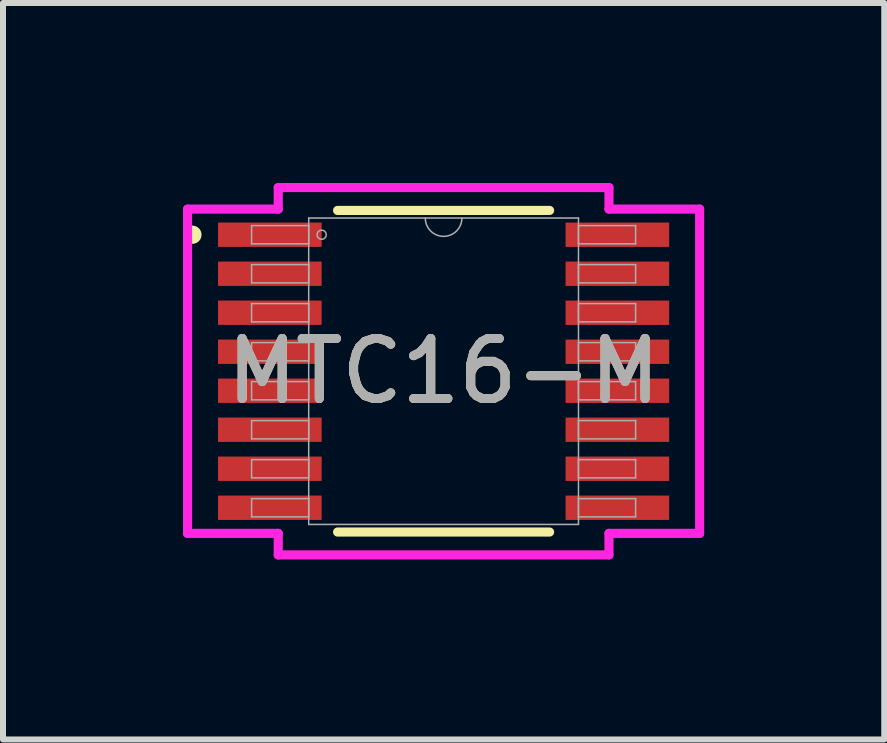
<source format=kicad_pcb>
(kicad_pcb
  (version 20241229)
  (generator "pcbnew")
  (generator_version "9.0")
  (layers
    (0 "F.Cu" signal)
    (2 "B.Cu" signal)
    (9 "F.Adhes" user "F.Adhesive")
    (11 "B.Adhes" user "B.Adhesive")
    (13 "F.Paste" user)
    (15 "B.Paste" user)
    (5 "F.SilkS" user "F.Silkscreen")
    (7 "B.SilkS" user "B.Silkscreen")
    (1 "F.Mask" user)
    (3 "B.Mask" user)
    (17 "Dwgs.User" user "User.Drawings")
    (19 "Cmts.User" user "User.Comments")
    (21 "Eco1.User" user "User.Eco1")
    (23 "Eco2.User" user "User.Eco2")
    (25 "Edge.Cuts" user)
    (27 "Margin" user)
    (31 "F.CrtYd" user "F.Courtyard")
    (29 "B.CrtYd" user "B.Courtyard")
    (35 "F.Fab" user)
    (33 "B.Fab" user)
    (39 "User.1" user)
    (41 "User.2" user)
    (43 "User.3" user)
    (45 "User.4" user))
  (footprint "MTC16-M"
    (layer "F.Cu")
    (at 4.343 3.137)
    (property "Reference" "MTC16-M" (at 0 0 0) (unlocked yes) (layer "F.SilkS") (effects (font (size 1 1) (thickness 0.15))))
    (attr smd)
    (fp_line (start -1.767 2.68) (end 1.767 2.68) (stroke (width 0.152) (type solid)) (layer "F.SilkS"))
    (fp_line (start 1.767 -2.68) (end -1.767 -2.68) (stroke (width 0.152) (type solid)) (layer "F.SilkS"))
    (fp_circle (center -4.186 -2.275) (end -4.11 -2.275) (stroke (width 0.152) (type solid)) (fill no) (layer "F.SilkS"))
    (fp_line (start -4.267 -2.702) (end -2.756 -2.702) (stroke (width 0.152) (type solid)) (layer "F.CrtYd"))
    (fp_line (start -4.267 2.702) (end -4.267 -2.702) (stroke (width 0.152) (type solid)) (layer "F.CrtYd"))
    (fp_line (start -4.267 2.702) (end -2.756 2.702) (stroke (width 0.152) (type solid)) (layer "F.CrtYd"))
    (fp_line (start -2.756 -3.061) (end 2.756 -3.061) (stroke (width 0.152) (type solid)) (layer "F.CrtYd"))
    (fp_line (start -2.756 -2.702) (end -2.756 -3.061) (stroke (width 0.152) (type solid)) (layer "F.CrtYd"))
    (fp_line (start -2.756 3.061) (end -2.756 2.702) (stroke (width 0.152) (type solid)) (layer "F.CrtYd"))
    (fp_line (start 2.756 -3.061) (end 2.756 -2.702) (stroke (width 0.152) (type solid)) (layer "F.CrtYd"))
    (fp_line (start 2.756 2.702) (end 2.756 3.061) (stroke (width 0.152) (type solid)) (layer "F.CrtYd"))
    (fp_line (start 2.756 3.061) (end -2.756 3.061) (stroke (width 0.152) (type solid)) (layer "F.CrtYd"))
    (fp_line (start 4.267 -2.702) (end 2.756 -2.702) (stroke (width 0.152) (type solid)) (layer "F.CrtYd"))
    (fp_line (start 4.267 -2.702) (end 4.267 2.702) (stroke (width 0.152) (type solid)) (layer "F.CrtYd"))
    (fp_line (start 4.267 2.702) (end 2.756 2.702) (stroke (width 0.152) (type solid)) (layer "F.CrtYd"))
    (fp_line (start -3.2 -2.427) (end -3.2 -2.123) (stroke (width 0.025) (type solid)) (layer "F.Fab"))
    (fp_line (start -3.2 -2.123) (end -2.248 -2.123) (stroke (width 0.025) (type solid)) (layer "F.Fab"))
    (fp_line (start -3.2 -1.777) (end -3.2 -1.473) (stroke (width 0.025) (type solid)) (layer "F.Fab"))
    (fp_line (start -3.2 -1.473) (end -2.248 -1.473) (stroke (width 0.025) (type solid)) (layer "F.Fab"))
    (fp_line (start -3.2 -1.127) (end -3.2 -0.823) (stroke (width 0.025) (type solid)) (layer "F.Fab"))
    (fp_line (start -3.2 -0.823) (end -2.248 -0.823) (stroke (width 0.025) (type solid)) (layer "F.Fab"))
    (fp_line (start -3.2 -0.477) (end -3.2 -0.173) (stroke (width 0.025) (type solid)) (layer "F.Fab"))
    (fp_line (start -3.2 -0.173) (end -2.248 -0.173) (stroke (width 0.025) (type solid)) (layer "F.Fab"))
    (fp_line (start -3.2 0.173) (end -3.2 0.477) (stroke (width 0.025) (type solid)) (layer "F.Fab"))
    (fp_line (start -3.2 0.477) (end -2.248 0.477) (stroke (width 0.025) (type solid)) (layer "F.Fab"))
    (fp_line (start -3.2 0.823) (end -3.2 1.127) (stroke (width 0.025) (type solid)) (layer "F.Fab"))
    (fp_line (start -3.2 1.127) (end -2.248 1.127) (stroke (width 0.025) (type solid)) (layer "F.Fab"))
    (fp_line (start -3.2 1.473) (end -3.2 1.777) (stroke (width 0.025) (type solid)) (layer "F.Fab"))
    (fp_line (start -3.2 1.777) (end -2.248 1.777) (stroke (width 0.025) (type solid)) (layer "F.Fab"))
    (fp_line (start -3.2 2.123) (end -3.2 2.427) (stroke (width 0.025) (type solid)) (layer "F.Fab"))
    (fp_line (start -3.2 2.427) (end -2.248 2.427) (stroke (width 0.025) (type solid)) (layer "F.Fab"))
    (fp_line (start -2.248 -2.553) (end -2.248 2.553) (stroke (width 0.025) (type solid)) (layer "F.Fab"))
    (fp_line (start -2.248 -2.427) (end -3.2 -2.427) (stroke (width 0.025) (type solid)) (layer "F.Fab"))
    (fp_line (start -2.248 -2.123) (end -2.248 -2.427) (stroke (width 0.025) (type solid)) (layer "F.Fab"))
    (fp_line (start -2.248 -1.777) (end -3.2 -1.777) (stroke (width 0.025) (type solid)) (layer "F.Fab"))
    (fp_line (start -2.248 -1.473) (end -2.248 -1.777) (stroke (width 0.025) (type solid)) (layer "F.Fab"))
    (fp_line (start -2.248 -1.127) (end -3.2 -1.127) (stroke (width 0.025) (type solid)) (layer "F.Fab"))
    (fp_line (start -2.248 -0.823) (end -2.248 -1.127) (stroke (width 0.025) (type solid)) (layer "F.Fab"))
    (fp_line (start -2.248 -0.477) (end -3.2 -0.477) (stroke (width 0.025) (type solid)) (layer "F.Fab"))
    (fp_line (start -2.248 -0.173) (end -2.248 -0.477) (stroke (width 0.025) (type solid)) (layer "F.Fab"))
    (fp_line (start -2.248 0.173) (end -3.2 0.173) (stroke (width 0.025) (type solid)) (layer "F.Fab"))
    (fp_line (start -2.248 0.477) (end -2.248 0.173) (stroke (width 0.025) (type solid)) (layer "F.Fab"))
    (fp_line (start -2.248 0.823) (end -3.2 0.823) (stroke (width 0.025) (type solid)) (layer "F.Fab"))
    (fp_line (start -2.248 1.127) (end -2.248 0.823) (stroke (width 0.025) (type solid)) (layer "F.Fab"))
    (fp_line (start -2.248 1.473) (end -3.2 1.473) (stroke (width 0.025) (type solid)) (layer "F.Fab"))
    (fp_line (start -2.248 1.777) (end -2.248 1.473) (stroke (width 0.025) (type solid)) (layer "F.Fab"))
    (fp_line (start -2.248 2.123) (end -3.2 2.123) (stroke (width 0.025) (type solid)) (layer "F.Fab"))
    (fp_line (start -2.248 2.427) (end -2.248 2.123) (stroke (width 0.025) (type solid)) (layer "F.Fab"))
    (fp_line (start -2.248 2.553) (end 2.248 2.553) (stroke (width 0.025) (type solid)) (layer "F.Fab"))
    (fp_line (start 2.248 -2.553) (end -2.248 -2.553) (stroke (width 0.025) (type solid)) (layer "F.Fab"))
    (fp_line (start 2.248 -2.427) (end 2.248 -2.123) (stroke (width 0.025) (type solid)) (layer "F.Fab"))
    (fp_line (start 2.248 -2.123) (end 3.2 -2.123) (stroke (width 0.025) (type solid)) (layer "F.Fab"))
    (fp_line (start 2.248 -1.777) (end 2.248 -1.473) (stroke (width 0.025) (type solid)) (layer "F.Fab"))
    (fp_line (start 2.248 -1.473) (end 3.2 -1.473) (stroke (width 0.025) (type solid)) (layer "F.Fab"))
    (fp_line (start 2.248 -1.127) (end 2.248 -0.823) (stroke (width 0.025) (type solid)) (layer "F.Fab"))
    (fp_line (start 2.248 -0.823) (end 3.2 -0.823) (stroke (width 0.025) (type solid)) (layer "F.Fab"))
    (fp_line (start 2.248 -0.477) (end 2.248 -0.173) (stroke (width 0.025) (type solid)) (layer "F.Fab"))
    (fp_line (start 2.248 -0.173) (end 3.2 -0.173) (stroke (width 0.025) (type solid)) (layer "F.Fab"))
    (fp_line (start 2.248 0.173) (end 2.248 0.477) (stroke (width 0.025) (type solid)) (layer "F.Fab"))
    (fp_line (start 2.248 0.477) (end 3.2 0.477) (stroke (width 0.025) (type solid)) (layer "F.Fab"))
    (fp_line (start 2.248 0.823) (end 2.248 1.127) (stroke (width 0.025) (type solid)) (layer "F.Fab"))
    (fp_line (start 2.248 1.127) (end 3.2 1.127) (stroke (width 0.025) (type solid)) (layer "F.Fab"))
    (fp_line (start 2.248 1.473) (end 2.248 1.777) (stroke (width 0.025) (type solid)) (layer "F.Fab"))
    (fp_line (start 2.248 1.777) (end 3.2 1.777) (stroke (width 0.025) (type solid)) (layer "F.Fab"))
    (fp_line (start 2.248 2.123) (end 2.248 2.427) (stroke (width 0.025) (type solid)) (layer "F.Fab"))
    (fp_line (start 2.248 2.427) (end 3.2 2.427) (stroke (width 0.025) (type solid)) (layer "F.Fab"))
    (fp_line (start 2.248 2.553) (end 2.248 -2.553) (stroke (width 0.025) (type solid)) (layer "F.Fab"))
    (fp_line (start 3.2 -2.427) (end 2.248 -2.427) (stroke (width 0.025) (type solid)) (layer "F.Fab"))
    (fp_line (start 3.2 -2.123) (end 3.2 -2.427) (stroke (width 0.025) (type solid)) (layer "F.Fab"))
    (fp_line (start 3.2 -1.777) (end 2.248 -1.777) (stroke (width 0.025) (type solid)) (layer "F.Fab"))
    (fp_line (start 3.2 -1.473) (end 3.2 -1.777) (stroke (width 0.025) (type solid)) (layer "F.Fab"))
    (fp_line (start 3.2 -1.127) (end 2.248 -1.127) (stroke (width 0.025) (type solid)) (layer "F.Fab"))
    (fp_line (start 3.2 -0.823) (end 3.2 -1.127) (stroke (width 0.025) (type solid)) (layer "F.Fab"))
    (fp_line (start 3.2 -0.477) (end 2.248 -0.477) (stroke (width 0.025) (type solid)) (layer "F.Fab"))
    (fp_line (start 3.2 -0.173) (end 3.2 -0.477) (stroke (width 0.025) (type solid)) (layer "F.Fab"))
    (fp_line (start 3.2 0.173) (end 2.248 0.173) (stroke (width 0.025) (type solid)) (layer "F.Fab"))
    (fp_line (start 3.2 0.477) (end 3.2 0.173) (stroke (width 0.025) (type solid)) (layer "F.Fab"))
    (fp_line (start 3.2 0.823) (end 2.248 0.823) (stroke (width 0.025) (type solid)) (layer "F.Fab"))
    (fp_line (start 3.2 1.127) (end 3.2 0.823) (stroke (width 0.025) (type solid)) (layer "F.Fab"))
    (fp_line (start 3.2 1.473) (end 2.248 1.473) (stroke (width 0.025) (type solid)) (layer "F.Fab"))
    (fp_line (start 3.2 1.777) (end 3.2 1.473) (stroke (width 0.025) (type solid)) (layer "F.Fab"))
    (fp_line (start 3.2 2.123) (end 2.248 2.123) (stroke (width 0.025) (type solid)) (layer "F.Fab"))
    (fp_line (start 3.2 2.427) (end 3.2 2.123) (stroke (width 0.025) (type solid)) (layer "F.Fab"))
    (fp_arc (start 0.3048 -2.5527) (mid 0 -2.2479) (end -0.3048 -2.5527) (stroke (width 0.0254) (type solid)) (layer "F.Fab"))
    (fp_circle (center -2.032 -2.275) (end -1.956 -2.275) (stroke (width 0.025) (type solid)) (fill no) (layer "F.Fab"))
    (fp_text user "${REFERENCE}" (at 0 0 0) (unlocked yes) (layer "F.Fab") (effects (font (size 1 1) (thickness 0.15))))
    (pad "1" smd rect (at -2.896 -2.275) (size 1.727 0.406) (layers "F.Cu" "F.Mask" "F.Paste"))
    (pad "2" smd rect (at -2.896 -1.625) (size 1.727 0.406) (layers "F.Cu" "F.Mask" "F.Paste"))
    (pad "3" smd rect (at -2.896 -0.975) (size 1.727 0.406) (layers "F.Cu" "F.Mask" "F.Paste"))
    (pad "4" smd rect (at -2.896 -0.325) (size 1.727 0.406) (layers "F.Cu" "F.Mask" "F.Paste"))
    (pad "5" smd rect (at -2.896 0.325) (size 1.727 0.406) (layers "F.Cu" "F.Mask" "F.Paste"))
    (pad "6" smd rect (at -2.896 0.975) (size 1.727 0.406) (layers "F.Cu" "F.Mask" "F.Paste"))
    (pad "7" smd rect (at -2.896 1.625) (size 1.727 0.406) (layers "F.Cu" "F.Mask" "F.Paste"))
    (pad "8" smd rect (at -2.896 2.275) (size 1.727 0.406) (layers "F.Cu" "F.Mask" "F.Paste"))
    (pad "9" smd rect (at 2.896 2.275) (size 1.727 0.406) (layers "F.Cu" "F.Mask" "F.Paste"))
    (pad "10" smd rect (at 2.896 1.625) (size 1.727 0.406) (layers "F.Cu" "F.Mask" "F.Paste"))
    (pad "11" smd rect (at 2.896 0.975) (size 1.727 0.406) (layers "F.Cu" "F.Mask" "F.Paste"))
    (pad "12" smd rect (at 2.896 0.325) (size 1.727 0.406) (layers "F.Cu" "F.Mask" "F.Paste"))
    (pad "13" smd rect (at 2.896 -0.325) (size 1.727 0.406) (layers "F.Cu" "F.Mask" "F.Paste"))
    (pad "14" smd rect (at 2.896 -0.975) (size 1.727 0.406) (layers "F.Cu" "F.Mask" "F.Paste"))
    (pad "15" smd rect (at 2.896 -1.625) (size 1.727 0.406) (layers "F.Cu" "F.Mask" "F.Paste"))
    (pad "16" smd rect (at 2.896 -2.275) (size 1.727 0.406) (layers "F.Cu" "F.Mask" "F.Paste")))
  (gr_rect
    (start -3 -3)
    (end 11.687 9.274)
    (stroke (width 0.1) (type default))
    (fill no)
    (layer "Edge.Cuts")))
</source>
